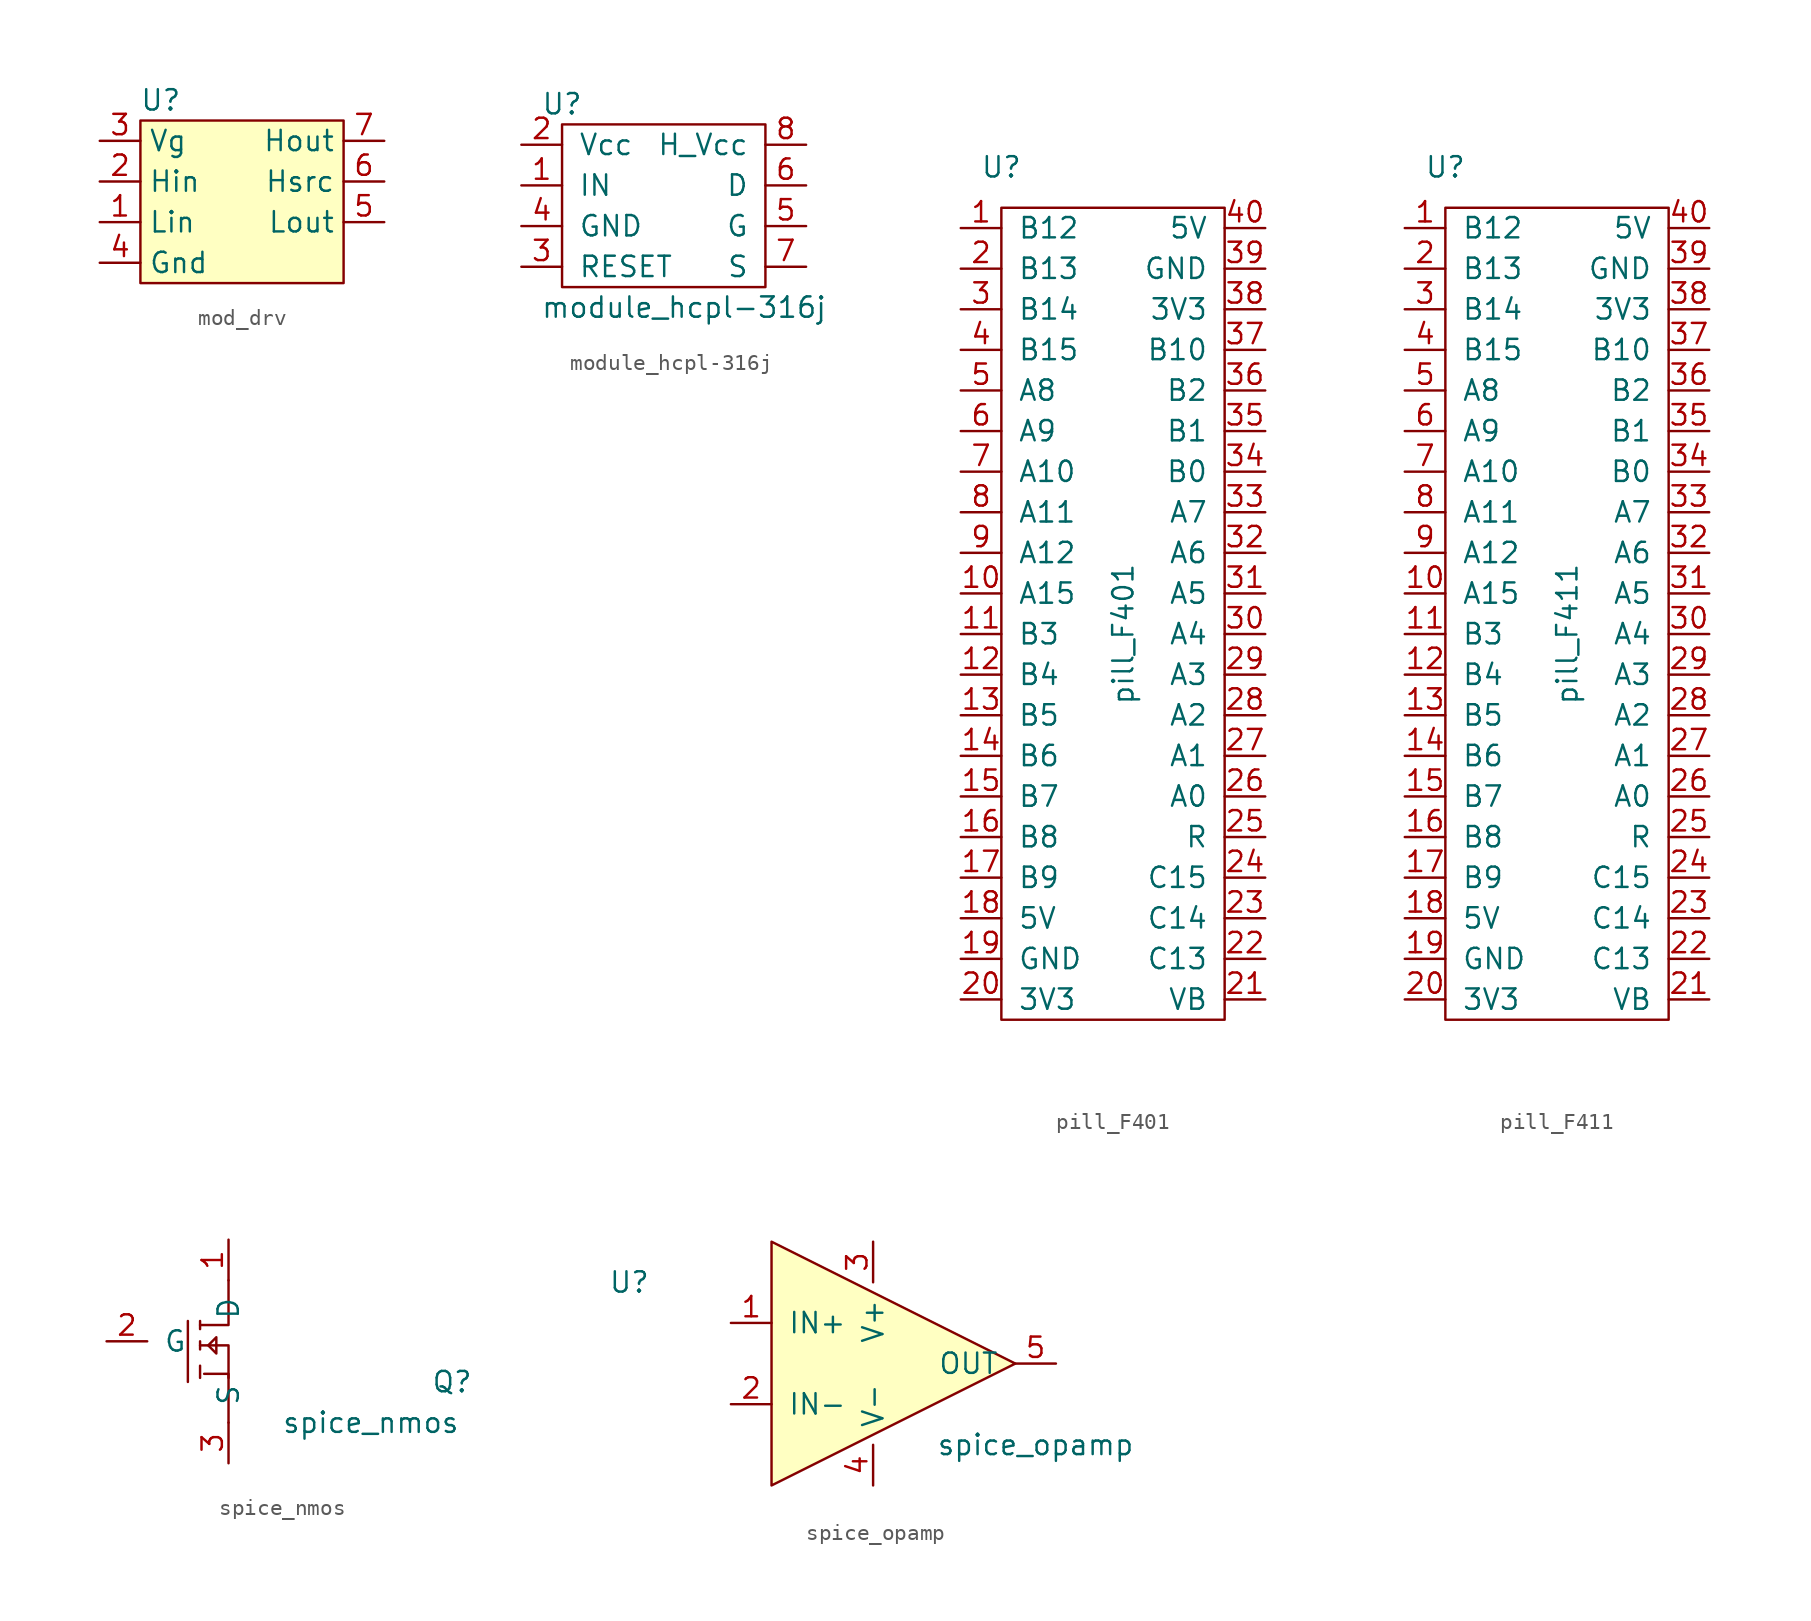
<source format=kicad_sym>
(kicad_symbol_lib
  (version 20241209)
  (generator "kicad_symbol_editor")
  (generator_version "9.0")
  (symbol "mod_drv"
    (property "Reference" "U"
      (at -3.81 6.35 0)
      (effects (font (size 1.27 1.27))))
    (property "Value" ""
      (at 0 0 0)
      (effects (font (size 1.27 1.27))))
    (symbol "mod_drv_1_1"
      (rectangle (start -5.08 5.08) (end 7.62 -5.08) (stroke (width 0) (type solid)) (fill (type background)))
      (pin power_in line (at -7.62 3.81 0) (length 2.54) (name "Vg" (effects (font (size 1.27 1.27)))) (number "3" (effects (font (size 1.27 1.27)))))
      (pin input line (at -7.62 1.27 0) (length 2.54) (name "Hin" (effects (font (size 1.27 1.27)))) (number "2" (effects (font (size 1.27 1.27)))))
      (pin input line (at -7.62 -1.27 0) (length 2.54) (name "Lin" (effects (font (size 1.27 1.27)))) (number "1" (effects (font (size 1.27 1.27)))))
      (pin input line (at -7.62 -3.81 0) (length 2.54) (name "Gnd" (effects (font (size 1.27 1.27)))) (number "4" (effects (font (size 1.27 1.27)))))
      (pin output line (at 10.16 3.81 180) (length 2.54) (name "Hout" (effects (font (size 1.27 1.27)))) (number "7" (effects (font (size 1.27 1.27)))))
      (pin output line (at 10.16 1.27 180) (length 2.54) (name "Hsrc" (effects (font (size 1.27 1.27)))) (number "6" (effects (font (size 1.27 1.27)))))
      (pin output line (at 10.16 -1.27 180) (length 2.54) (name "Lout" (effects (font (size 1.27 1.27)))) (number "5" (effects (font (size 1.27 1.27)))))))
  (symbol "module_hcpl-316j"
    (pin_names
      (offset 1.016))
    (property "Reference" "U"
      (at -6.35 6.35 0)
      (effects (font (size 1.27 1.27))))
    (property "Value" "module_hcpl-316j"
      (at 1.27 -6.35 0)
      (effects (font (size 1.27 1.27))))
    (symbol "module_hcpl-316j_0_1"
      (rectangle (start -6.35 5.08) (end 6.35 -5.08) (stroke (width 0) (type solid)) (fill (type none))))
    (symbol "module_hcpl-316j_1_1"
      (pin input line (at -8.89 3.81 0) (length 2.54) (name "Vcc" (effects (font (size 1.27 1.27)))) (number "2" (effects (font (size 1.27 1.27)))))
      (pin input line (at -8.89 1.27 0) (length 2.54) (name "IN" (effects (font (size 1.27 1.27)))) (number "1" (effects (font (size 1.27 1.27)))))
      (pin input line (at -8.89 -1.27 0) (length 2.54) (name "GND" (effects (font (size 1.27 1.27)))) (number "4" (effects (font (size 1.27 1.27)))))
      (pin input line (at -8.89 -3.81 0) (length 2.54) (name "RESET" (effects (font (size 1.27 1.27)))) (number "3" (effects (font (size 1.27 1.27)))))
      (pin input line (at 8.89 3.81 180) (length 2.54) (name "H_Vcc" (effects (font (size 1.27 1.27)))) (number "8" (effects (font (size 1.27 1.27)))))
      (pin input line (at 8.89 1.27 180) (length 2.54) (name "D" (effects (font (size 1.27 1.27)))) (number "6" (effects (font (size 1.27 1.27)))))
      (pin input line (at 8.89 -1.27 180) (length 2.54) (name "G" (effects (font (size 1.27 1.27)))) (number "5" (effects (font (size 1.27 1.27)))))
      (pin input line (at 8.89 -3.81 180) (length 2.54) (name "S" (effects (font (size 1.27 1.27)))) (number "7" (effects (font (size 1.27 1.27)))))))
  (symbol "pill_F401"
    (pin_names
      (offset 1.016))
    (property "Reference" "U"
      (at -7.62 27.94 0)
      (effects (font (size 1.27 1.27))))
    (property "Value" "pill_F401"
      (at 0 -1.27 90)
      (effects (font (size 1.27 1.27))))
    (symbol "pill_F401_0_0"
      (pin unspecified line (at -10.16 24.13 0) (length 2.54) (name "B12" (effects (font (size 1.27 1.27)))) (number "1" (effects (font (size 1.27 1.27)))))
      (pin unspecified line (at -10.16 21.59 0) (length 2.54) (name "B13" (effects (font (size 1.27 1.27)))) (number "2" (effects (font (size 1.27 1.27)))))
      (pin unspecified line (at -10.16 19.05 0) (length 2.54) (name "B14" (effects (font (size 1.27 1.27)))) (number "3" (effects (font (size 1.27 1.27)))))
      (pin unspecified line (at -10.16 16.51 0) (length 2.54) (name "B15" (effects (font (size 1.27 1.27)))) (number "4" (effects (font (size 1.27 1.27)))))
      (pin unspecified line (at -10.16 13.97 0) (length 2.54) (name "A8" (effects (font (size 1.27 1.27)))) (number "5" (effects (font (size 1.27 1.27)))))
      (pin unspecified line (at -10.16 11.43 0) (length 2.54) (name "A9" (effects (font (size 1.27 1.27)))) (number "6" (effects (font (size 1.27 1.27)))))
      (pin unspecified line (at -10.16 8.89 0) (length 2.54) (name "A10" (effects (font (size 1.27 1.27)))) (number "7" (effects (font (size 1.27 1.27)))))
      (pin unspecified line (at -10.16 6.35 0) (length 2.54) (name "A11" (effects (font (size 1.27 1.27)))) (number "8" (effects (font (size 1.27 1.27)))))
      (pin unspecified line (at -10.16 3.81 0) (length 2.54) (name "A12" (effects (font (size 1.27 1.27)))) (number "9" (effects (font (size 1.27 1.27)))))
      (pin unspecified line (at -10.16 1.27 0) (length 2.54) (name "A15" (effects (font (size 1.27 1.27)))) (number "10" (effects (font (size 1.27 1.27)))))
      (pin unspecified line (at -10.16 -1.27 0) (length 2.54) (name "B3" (effects (font (size 1.27 1.27)))) (number "11" (effects (font (size 1.27 1.27)))))
      (pin unspecified line (at -10.16 -3.81 0) (length 2.54) (name "B4" (effects (font (size 1.27 1.27)))) (number "12" (effects (font (size 1.27 1.27)))))
      (pin unspecified line (at -10.16 -6.35 0) (length 2.54) (name "B5" (effects (font (size 1.27 1.27)))) (number "13" (effects (font (size 1.27 1.27)))))
      (pin unspecified line (at -10.16 -8.89 0) (length 2.54) (name "B6" (effects (font (size 1.27 1.27)))) (number "14" (effects (font (size 1.27 1.27)))))
      (pin unspecified line (at -10.16 -11.43 0) (length 2.54) (name "B7" (effects (font (size 1.27 1.27)))) (number "15" (effects (font (size 1.27 1.27)))))
      (pin unspecified line (at -10.16 -13.97 0) (length 2.54) (name "B8" (effects (font (size 1.27 1.27)))) (number "16" (effects (font (size 1.27 1.27)))))
      (pin unspecified line (at -10.16 -16.51 0) (length 2.54) (name "B9" (effects (font (size 1.27 1.27)))) (number "17" (effects (font (size 1.27 1.27)))))
      (pin unspecified line (at -10.16 -19.05 0) (length 2.54) (name "5V" (effects (font (size 1.27 1.27)))) (number "18" (effects (font (size 1.27 1.27)))))
      (pin unspecified line (at -10.16 -21.59 0) (length 2.54) (name "GND" (effects (font (size 1.27 1.27)))) (number "19" (effects (font (size 1.27 1.27)))))
      (pin unspecified line (at -10.16 -24.13 0) (length 2.54) (name "3V3" (effects (font (size 1.27 1.27)))) (number "20" (effects (font (size 1.27 1.27)))))
      (pin unspecified line (at 8.89 24.13 180) (length 2.54) (name "5V" (effects (font (size 1.27 1.27)))) (number "40" (effects (font (size 1.27 1.27)))))
      (pin unspecified line (at 8.89 21.59 180) (length 2.54) (name "GND" (effects (font (size 1.27 1.27)))) (number "39" (effects (font (size 1.27 1.27)))))
      (pin unspecified line (at 8.89 19.05 180) (length 2.54) (name "3V3" (effects (font (size 1.27 1.27)))) (number "38" (effects (font (size 1.27 1.27)))))
      (pin unspecified line (at 8.89 16.51 180) (length 2.54) (name "B10" (effects (font (size 1.27 1.27)))) (number "37" (effects (font (size 1.27 1.27)))))
      (pin unspecified line (at 8.89 13.97 180) (length 2.54) (name "B2" (effects (font (size 1.27 1.27)))) (number "36" (effects (font (size 1.27 1.27)))))
      (pin unspecified line (at 8.89 11.43 180) (length 2.54) (name "B1" (effects (font (size 1.27 1.27)))) (number "35" (effects (font (size 1.27 1.27)))))
      (pin unspecified line (at 8.89 8.89 180) (length 2.54) (name "B0" (effects (font (size 1.27 1.27)))) (number "34" (effects (font (size 1.27 1.27)))))
      (pin unspecified line (at 8.89 6.35 180) (length 2.54) (name "A7" (effects (font (size 1.27 1.27)))) (number "33" (effects (font (size 1.27 1.27)))))
      (pin unspecified line (at 8.89 3.81 180) (length 2.54) (name "A6" (effects (font (size 1.27 1.27)))) (number "32" (effects (font (size 1.27 1.27)))))
      (pin unspecified line (at 8.89 1.27 180) (length 2.54) (name "A5" (effects (font (size 1.27 1.27)))) (number "31" (effects (font (size 1.27 1.27)))))
      (pin unspecified line (at 8.89 -1.27 180) (length 2.54) (name "A4" (effects (font (size 1.27 1.27)))) (number "30" (effects (font (size 1.27 1.27)))))
      (pin unspecified line (at 8.89 -3.81 180) (length 2.54) (name "A3" (effects (font (size 1.27 1.27)))) (number "29" (effects (font (size 1.27 1.27)))))
      (pin unspecified line (at 8.89 -6.35 180) (length 2.54) (name "A2" (effects (font (size 1.27 1.27)))) (number "28" (effects (font (size 1.27 1.27)))))
      (pin unspecified line (at 8.89 -8.89 180) (length 2.54) (name "A1" (effects (font (size 1.27 1.27)))) (number "27" (effects (font (size 1.27 1.27)))))
      (pin unspecified line (at 8.89 -11.43 180) (length 2.54) (name "A0" (effects (font (size 1.27 1.27)))) (number "26" (effects (font (size 1.27 1.27)))))
      (pin unspecified line (at 8.89 -13.97 180) (length 2.54) (name "R" (effects (font (size 1.27 1.27)))) (number "25" (effects (font (size 1.27 1.27)))))
      (pin unspecified line (at 8.89 -16.51 180) (length 2.54) (name "C15" (effects (font (size 1.27 1.27)))) (number "24" (effects (font (size 1.27 1.27)))))
      (pin unspecified line (at 8.89 -19.05 180) (length 2.54) (name "C14" (effects (font (size 1.27 1.27)))) (number "23" (effects (font (size 1.27 1.27)))))
      (pin unspecified line (at 8.89 -21.59 180) (length 2.54) (name "C13" (effects (font (size 1.27 1.27)))) (number "22" (effects (font (size 1.27 1.27)))))
      (pin unspecified line (at 8.89 -24.13 180) (length 2.54) (name "VB" (effects (font (size 1.27 1.27)))) (number "21" (effects (font (size 1.27 1.27))))))
    (symbol "pill_F401_0_1"
      (rectangle (start -7.62 25.4) (end 6.35 -25.4) (stroke (width 0) (type solid)) (fill (type none)))))
  (symbol "pill_F411"
    (pin_names
      (offset 1.016))
    (property "Reference" "U"
      (at -7.62 27.94 0)
      (effects (font (size 1.27 1.27))))
    (property "Value" "pill_F411"
      (at 0 -1.27 90)
      (effects (font (size 1.27 1.27))))
    (symbol "pill_F411_0_0"
      (pin unspecified line (at -10.16 24.13 0) (length 2.54) (name "B12" (effects (font (size 1.27 1.27)))) (number "1" (effects (font (size 1.27 1.27)))))
      (pin unspecified line (at -10.16 21.59 0) (length 2.54) (name "B13" (effects (font (size 1.27 1.27)))) (number "2" (effects (font (size 1.27 1.27)))))
      (pin unspecified line (at -10.16 19.05 0) (length 2.54) (name "B14" (effects (font (size 1.27 1.27)))) (number "3" (effects (font (size 1.27 1.27)))))
      (pin unspecified line (at -10.16 16.51 0) (length 2.54) (name "B15" (effects (font (size 1.27 1.27)))) (number "4" (effects (font (size 1.27 1.27)))))
      (pin unspecified line (at -10.16 13.97 0) (length 2.54) (name "A8" (effects (font (size 1.27 1.27)))) (number "5" (effects (font (size 1.27 1.27)))))
      (pin unspecified line (at -10.16 11.43 0) (length 2.54) (name "A9" (effects (font (size 1.27 1.27)))) (number "6" (effects (font (size 1.27 1.27)))))
      (pin unspecified line (at -10.16 8.89 0) (length 2.54) (name "A10" (effects (font (size 1.27 1.27)))) (number "7" (effects (font (size 1.27 1.27)))))
      (pin unspecified line (at -10.16 6.35 0) (length 2.54) (name "A11" (effects (font (size 1.27 1.27)))) (number "8" (effects (font (size 1.27 1.27)))))
      (pin unspecified line (at -10.16 3.81 0) (length 2.54) (name "A12" (effects (font (size 1.27 1.27)))) (number "9" (effects (font (size 1.27 1.27)))))
      (pin unspecified line (at -10.16 1.27 0) (length 2.54) (name "A15" (effects (font (size 1.27 1.27)))) (number "10" (effects (font (size 1.27 1.27)))))
      (pin unspecified line (at -10.16 -1.27 0) (length 2.54) (name "B3" (effects (font (size 1.27 1.27)))) (number "11" (effects (font (size 1.27 1.27)))))
      (pin unspecified line (at -10.16 -3.81 0) (length 2.54) (name "B4" (effects (font (size 1.27 1.27)))) (number "12" (effects (font (size 1.27 1.27)))))
      (pin unspecified line (at -10.16 -6.35 0) (length 2.54) (name "B5" (effects (font (size 1.27 1.27)))) (number "13" (effects (font (size 1.27 1.27)))))
      (pin unspecified line (at -10.16 -8.89 0) (length 2.54) (name "B6" (effects (font (size 1.27 1.27)))) (number "14" (effects (font (size 1.27 1.27)))))
      (pin unspecified line (at -10.16 -11.43 0) (length 2.54) (name "B7" (effects (font (size 1.27 1.27)))) (number "15" (effects (font (size 1.27 1.27)))))
      (pin unspecified line (at -10.16 -13.97 0) (length 2.54) (name "B8" (effects (font (size 1.27 1.27)))) (number "16" (effects (font (size 1.27 1.27)))))
      (pin unspecified line (at -10.16 -16.51 0) (length 2.54) (name "B9" (effects (font (size 1.27 1.27)))) (number "17" (effects (font (size 1.27 1.27)))))
      (pin unspecified line (at -10.16 -19.05 0) (length 2.54) (name "5V" (effects (font (size 1.27 1.27)))) (number "18" (effects (font (size 1.27 1.27)))))
      (pin unspecified line (at -10.16 -21.59 0) (length 2.54) (name "GND" (effects (font (size 1.27 1.27)))) (number "19" (effects (font (size 1.27 1.27)))))
      (pin unspecified line (at -10.16 -24.13 0) (length 2.54) (name "3V3" (effects (font (size 1.27 1.27)))) (number "20" (effects (font (size 1.27 1.27)))))
      (pin unspecified line (at 8.89 24.13 180) (length 2.54) (name "5V" (effects (font (size 1.27 1.27)))) (number "40" (effects (font (size 1.27 1.27)))))
      (pin unspecified line (at 8.89 21.59 180) (length 2.54) (name "GND" (effects (font (size 1.27 1.27)))) (number "39" (effects (font (size 1.27 1.27)))))
      (pin unspecified line (at 8.89 19.05 180) (length 2.54) (name "3V3" (effects (font (size 1.27 1.27)))) (number "38" (effects (font (size 1.27 1.27)))))
      (pin unspecified line (at 8.89 16.51 180) (length 2.54) (name "B10" (effects (font (size 1.27 1.27)))) (number "37" (effects (font (size 1.27 1.27)))))
      (pin unspecified line (at 8.89 13.97 180) (length 2.54) (name "B2" (effects (font (size 1.27 1.27)))) (number "36" (effects (font (size 1.27 1.27)))))
      (pin unspecified line (at 8.89 11.43 180) (length 2.54) (name "B1" (effects (font (size 1.27 1.27)))) (number "35" (effects (font (size 1.27 1.27)))))
      (pin unspecified line (at 8.89 8.89 180) (length 2.54) (name "B0" (effects (font (size 1.27 1.27)))) (number "34" (effects (font (size 1.27 1.27)))))
      (pin unspecified line (at 8.89 6.35 180) (length 2.54) (name "A7" (effects (font (size 1.27 1.27)))) (number "33" (effects (font (size 1.27 1.27)))))
      (pin unspecified line (at 8.89 3.81 180) (length 2.54) (name "A6" (effects (font (size 1.27 1.27)))) (number "32" (effects (font (size 1.27 1.27)))))
      (pin unspecified line (at 8.89 1.27 180) (length 2.54) (name "A5" (effects (font (size 1.27 1.27)))) (number "31" (effects (font (size 1.27 1.27)))))
      (pin unspecified line (at 8.89 -1.27 180) (length 2.54) (name "A4" (effects (font (size 1.27 1.27)))) (number "30" (effects (font (size 1.27 1.27)))))
      (pin unspecified line (at 8.89 -3.81 180) (length 2.54) (name "A3" (effects (font (size 1.27 1.27)))) (number "29" (effects (font (size 1.27 1.27)))))
      (pin unspecified line (at 8.89 -6.35 180) (length 2.54) (name "A2" (effects (font (size 1.27 1.27)))) (number "28" (effects (font (size 1.27 1.27)))))
      (pin unspecified line (at 8.89 -8.89 180) (length 2.54) (name "A1" (effects (font (size 1.27 1.27)))) (number "27" (effects (font (size 1.27 1.27)))))
      (pin unspecified line (at 8.89 -11.43 180) (length 2.54) (name "A0" (effects (font (size 1.27 1.27)))) (number "26" (effects (font (size 1.27 1.27)))))
      (pin unspecified line (at 8.89 -13.97 180) (length 2.54) (name "R" (effects (font (size 1.27 1.27)))) (number "25" (effects (font (size 1.27 1.27)))))
      (pin unspecified line (at 8.89 -16.51 180) (length 2.54) (name "C15" (effects (font (size 1.27 1.27)))) (number "24" (effects (font (size 1.27 1.27)))))
      (pin unspecified line (at 8.89 -19.05 180) (length 2.54) (name "C14" (effects (font (size 1.27 1.27)))) (number "23" (effects (font (size 1.27 1.27)))))
      (pin unspecified line (at 8.89 -21.59 180) (length 2.54) (name "C13" (effects (font (size 1.27 1.27)))) (number "22" (effects (font (size 1.27 1.27)))))
      (pin unspecified line (at 8.89 -24.13 180) (length 2.54) (name "VB" (effects (font (size 1.27 1.27)))) (number "21" (effects (font (size 1.27 1.27))))))
    (symbol "pill_F411_0_1"
      (rectangle (start -7.62 25.4) (end 6.35 -25.4) (stroke (width 0) (type solid)) (fill (type none)))))
  (symbol "spice_nmos"
    (pin_names
      (offset 1.016))
    (property "Reference" "Q"
      (at 13.97 -2.54 0)
      (effects (font (size 1.27 1.27))))
    (property "Value" "spice_nmos"
      (at 8.89 -5.08 0)
      (effects (font (size 1.27 1.27))))
    (symbol "spice_nmos_0_1"
      (polyline (pts (xy -2.54 1.27) (xy -2.54 -2.54)) (stroke (width 0) (type solid)) (fill (type none)))
      (polyline (pts (xy -1.778 1.27) (xy -1.778 0.762)) (stroke (width 0) (type solid)) (fill (type none)))
      (polyline (pts (xy -1.778 1.016) (xy 0 1.016) (xy 0 3.81)) (stroke (width 0) (type solid)) (fill (type none)))
      (polyline (pts (xy -1.778 0) (xy -1.778 -0.508)) (stroke (width 0) (type solid)) (fill (type none)))
      (polyline (pts (xy -1.778 -0.254) (xy 0 -0.254) (xy 0 -2.286)) (stroke (width 0) (type solid)) (fill (type none)))
      (polyline (pts (xy -1.778 -1.524) (xy -1.778 -2.286)) (stroke (width 0) (type solid)) (fill (type none)))
      (polyline (pts (xy -1.524 -2.032) (xy 0 -2.032) (xy 0 -5.08)) (stroke (width 0) (type solid)) (fill (type none)))
      (polyline (pts (xy -0.762 0.254) (xy -0.762 -0.762) (xy -1.27 -0.254) (xy -0.762 0.254)) (stroke (width 0) (type solid)) (fill (type none))))
    (symbol "spice_nmos_1_1"
      (pin passive line (at -7.62 0 0) (length 2.54) (name "G" (effects (font (size 1.27 1.27)))) (number "2" (effects (font (size 1.27 1.27)))))
      (pin passive line (at 0 6.35 270) (length 2.54) (name "D" (effects (font (size 1.27 1.27)))) (number "1" (effects (font (size 1.27 1.27)))))
      (pin passive line (at 0 -7.62 90) (length 2.54) (name "S" (effects (font (size 1.27 1.27)))) (number "3" (effects (font (size 1.27 1.27)))))))
  (symbol "spice_opamp"
    (pin_names
      (offset 1.016))
    (property "Reference" "U"
      (at -8.89 5.08 0)
      (effects (font (size 1.27 1.27))))
    (property "Value" "spice_opamp"
      (at 16.51 -5.08 0)
      (effects (font (size 1.27 1.27))))
    (symbol "spice_opamp_0_1"
      (polyline (pts (xy 15.24 0) (xy 0 7.62) (xy 0 -7.62) (xy 15.24 0)) (stroke (width 0) (type solid)) (fill (type background))))
    (symbol "spice_opamp_1_1"
      (pin input line (at -2.54 2.54 0) (length 2.54) (name "IN+" (effects (font (size 1.27 1.27)))) (number "1" (effects (font (size 1.27 1.27)))))
      (pin input line (at -2.54 -2.54 0) (length 2.54) (name "IN-" (effects (font (size 1.27 1.27)))) (number "2" (effects (font (size 1.27 1.27)))))
      (pin power_in line (at 6.35 7.62 270) (length 2.54) (name "V+" (effects (font (size 1.27 1.27)))) (number "3" (effects (font (size 1.27 1.27)))))
      (pin power_in line (at 6.35 -7.62 90) (length 2.54) (name "V-" (effects (font (size 1.27 1.27)))) (number "4" (effects (font (size 1.27 1.27)))))
      (pin output line (at 17.78 0 180) (length 2.54) (name "OUT" (effects (font (size 1.27 1.27)))) (number "5" (effects (font (size 1.27 1.27))))))))
</source>
